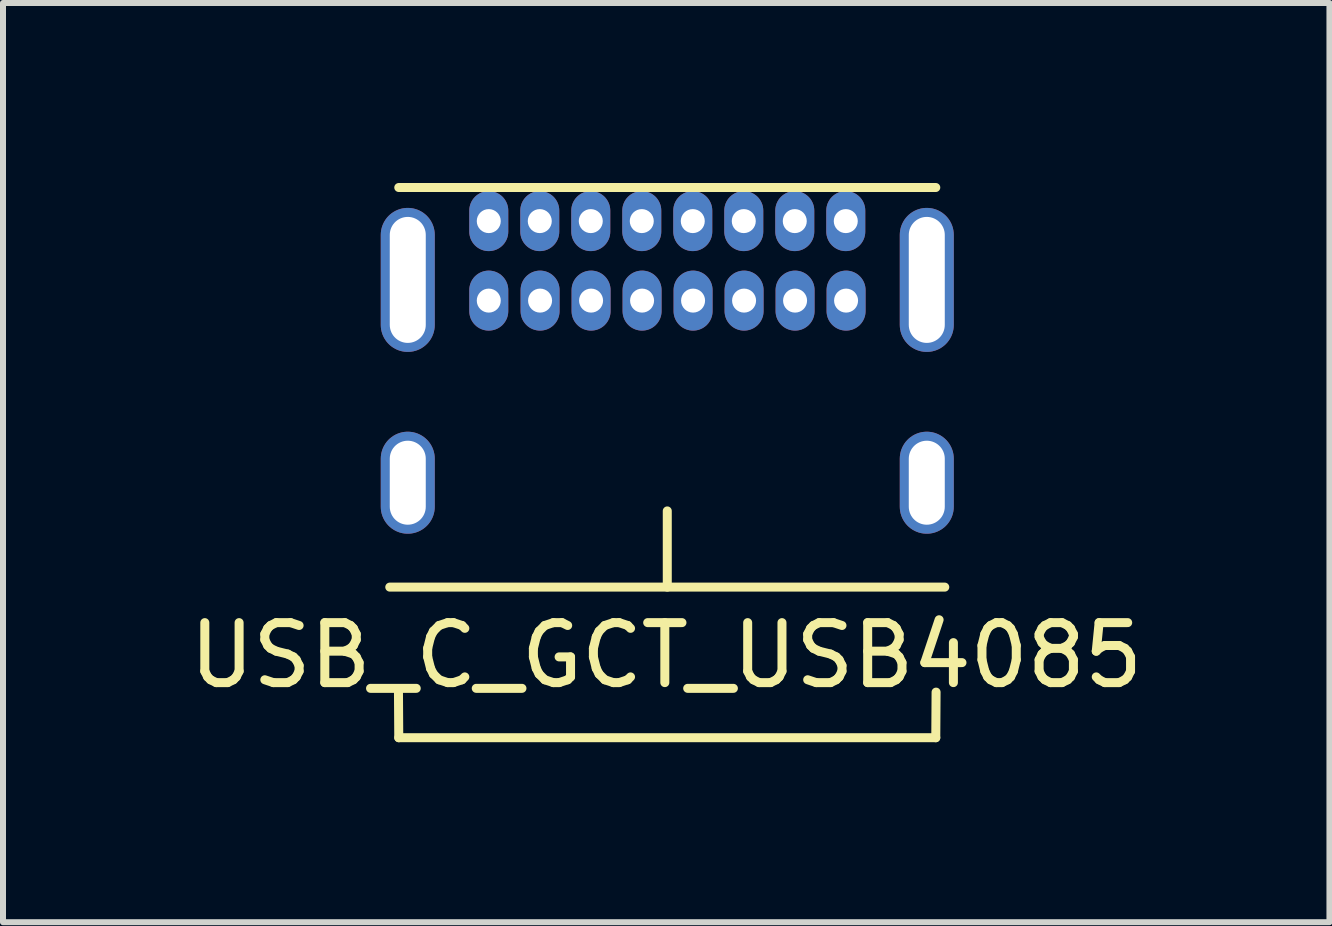
<source format=kicad_pcb>
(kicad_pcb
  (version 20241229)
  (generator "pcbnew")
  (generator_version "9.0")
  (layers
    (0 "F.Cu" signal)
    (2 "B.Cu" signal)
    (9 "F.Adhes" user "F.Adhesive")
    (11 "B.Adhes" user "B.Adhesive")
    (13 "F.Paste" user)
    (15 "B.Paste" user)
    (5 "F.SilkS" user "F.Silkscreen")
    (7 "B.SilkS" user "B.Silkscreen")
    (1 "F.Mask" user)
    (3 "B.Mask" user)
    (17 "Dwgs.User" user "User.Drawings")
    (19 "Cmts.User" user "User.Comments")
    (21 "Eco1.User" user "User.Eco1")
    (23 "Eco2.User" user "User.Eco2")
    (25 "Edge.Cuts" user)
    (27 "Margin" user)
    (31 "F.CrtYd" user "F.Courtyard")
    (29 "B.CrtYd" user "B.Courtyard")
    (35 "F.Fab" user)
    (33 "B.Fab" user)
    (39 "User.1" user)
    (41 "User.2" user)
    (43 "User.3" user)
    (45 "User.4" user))
  (footprint "USB_C_GCT_USB4085"
    (layer "F.Cu")
    (at 8.071 6.735)
    (property "Reference" "USB_C_GCT_USB4085" (at -0.017 1.137 0) (layer "F.SilkS") (effects (font (size 1 1) (thickness 0.15))))
    (attr through_hole)
    (fp_line (start -4.625 0) (end 4.625 0) (stroke (width 0.15) (type solid)) (layer "F.SilkS"))
    (fp_line (start -4.475 -6.66) (end 4.475 -6.66) (stroke (width 0.15) (type solid)) (layer "F.SilkS"))
    (fp_line (start -4.475 2.51) (end -4.48 1.75) (stroke (width 0.15) (type solid)) (layer "F.SilkS"))
    (fp_line (start -4.475 2.51) (end 4.475 2.51) (stroke (width 0.15) (type solid)) (layer "F.SilkS"))
    (fp_line (start 0 0) (end 0 -1.27) (stroke (width 0.15) (type solid)) (layer "F.SilkS"))
    (fp_line (start 4.48 1.75) (end 4.475 2.51) (stroke (width 0.15) (type solid)) (layer "F.SilkS"))
    (pad "A1" thru_hole oval (at -2.975 -6.1) (size 0.65 1) (drill 0.4) (layers "*.Cu" "*.Mask"))
    (pad "A4" thru_hole oval (at -2.125 -6.1) (size 0.65 1) (drill 0.4) (layers "*.Cu" "*.Mask"))
    (pad "A5" thru_hole oval (at -1.275 -6.1) (size 0.65 1) (drill 0.4) (layers "*.Cu" "*.Mask"))
    (pad "A6" thru_hole oval (at -0.425 -6.1) (size 0.65 1) (drill 0.4) (layers "*.Cu" "*.Mask"))
    (pad "A7" thru_hole oval (at 0.425 -6.1) (size 0.65 1) (drill 0.4) (layers "*.Cu" "*.Mask"))
    (pad "A8" thru_hole oval (at 1.275 -6.1) (size 0.65 1) (drill 0.4) (layers "*.Cu" "*.Mask"))
    (pad "A9" thru_hole oval (at 2.125 -6.1) (size 0.65 1) (drill 0.4) (layers "*.Cu" "*.Mask"))
    (pad "A12" thru_hole oval (at 2.975 -6.1) (size 0.65 1) (drill 0.4) (layers "*.Cu" "*.Mask"))
    (pad "B1" thru_hole oval (at 2.98 -4.775) (size 0.65 1) (drill 0.4) (layers "*.Cu" "*.Mask"))
    (pad "B4" thru_hole oval (at 2.13 -4.775) (size 0.65 1) (drill 0.4) (layers "*.Cu" "*.Mask"))
    (pad "B5" thru_hole oval (at 1.28 -4.775) (size 0.65 1) (drill 0.4) (layers "*.Cu" "*.Mask"))
    (pad "B6" thru_hole oval (at 0.43 -4.775) (size 0.65 1) (drill 0.4) (layers "*.Cu" "*.Mask"))
    (pad "B7" thru_hole oval (at -0.42 -4.775) (size 0.65 1) (drill 0.4) (layers "*.Cu" "*.Mask"))
    (pad "B8" thru_hole oval (at -1.27 -4.775) (size 0.65 1) (drill 0.4) (layers "*.Cu" "*.Mask"))
    (pad "B9" thru_hole oval (at -2.12 -4.775) (size 0.65 1) (drill 0.4) (layers "*.Cu" "*.Mask"))
    (pad "B12" thru_hole oval (at -2.975 -4.775) (size 0.65 1) (drill 0.4) (layers "*.Cu" "*.Mask"))
    (pad "S1" thru_hole oval (at -4.325 -5.12) (size 0.9 2.4) (drill oval 0.6 2.1) (layers "*.Cu" "*.Mask"))
    (pad "S1" thru_hole oval (at -4.325 -1.74) (size 0.9 1.7) (drill oval 0.6 1.4) (layers "*.Cu" "*.Mask"))
    (pad "S1" thru_hole oval (at 4.325 -5.12) (size 0.9 2.4) (drill oval 0.6 2.1) (layers "*.Cu" "*.Mask"))
    (pad "S1" thru_hole oval (at 4.325 -1.74) (size 0.9 1.7) (drill oval 0.6 1.4) (layers "*.Cu" "*.Mask")))
  (gr_rect
    (start -3 -3)
    (end 19.107 12.32)
    (stroke (width 0.1) (type default))
    (fill no)
    (layer "Edge.Cuts")))
</source>
